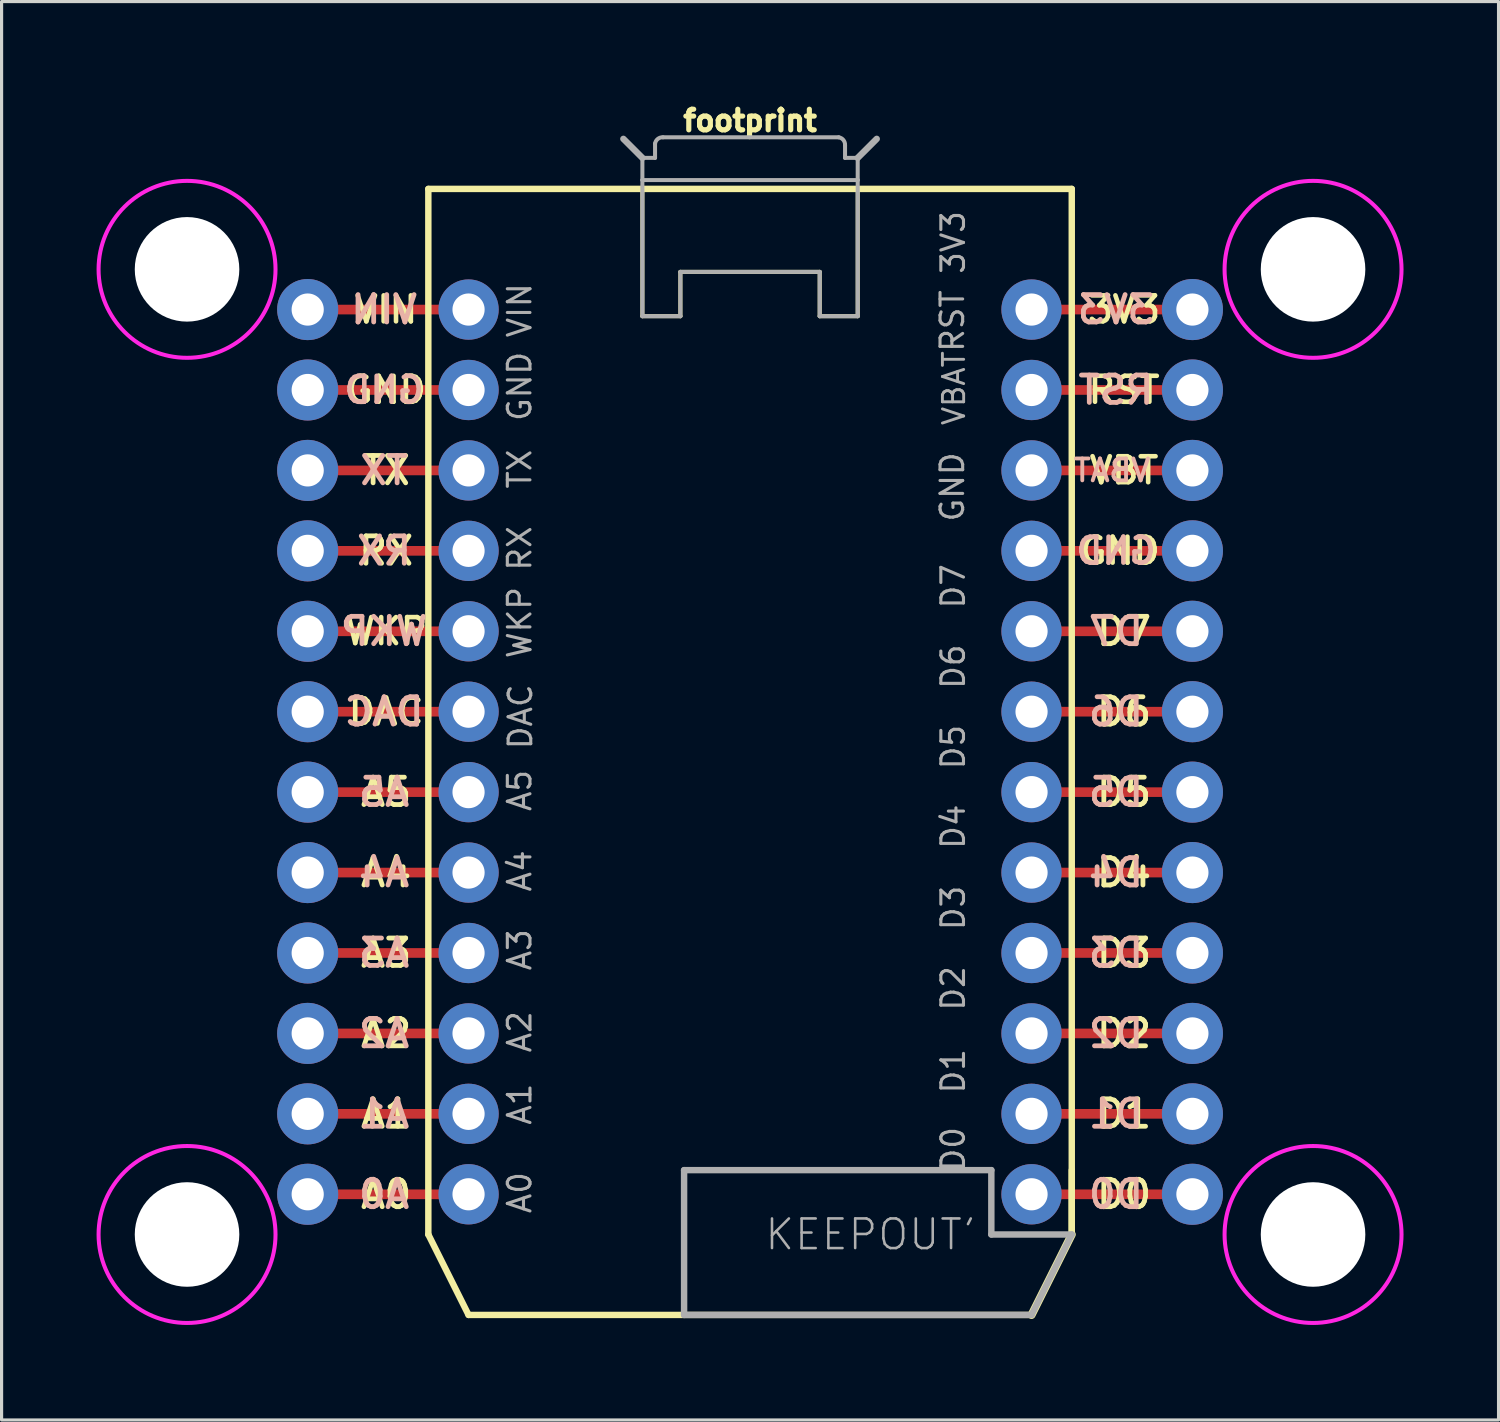
<source format=kicad_pcb>
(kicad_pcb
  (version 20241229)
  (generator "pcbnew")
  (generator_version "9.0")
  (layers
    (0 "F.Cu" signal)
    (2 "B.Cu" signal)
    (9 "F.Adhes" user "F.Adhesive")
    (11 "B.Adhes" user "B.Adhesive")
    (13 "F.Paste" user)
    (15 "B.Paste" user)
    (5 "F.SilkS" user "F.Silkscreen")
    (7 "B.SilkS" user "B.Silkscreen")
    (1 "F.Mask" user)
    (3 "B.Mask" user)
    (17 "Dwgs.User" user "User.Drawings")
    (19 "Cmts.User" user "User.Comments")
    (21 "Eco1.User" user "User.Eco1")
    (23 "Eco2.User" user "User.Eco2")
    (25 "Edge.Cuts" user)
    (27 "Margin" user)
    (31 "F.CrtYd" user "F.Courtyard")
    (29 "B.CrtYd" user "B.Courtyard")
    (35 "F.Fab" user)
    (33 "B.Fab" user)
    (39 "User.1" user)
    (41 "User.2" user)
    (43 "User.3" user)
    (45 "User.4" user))
  (footprint "footprint"
    (layer "F.Cu")
    (at 20.637 20.696)
    (property "Reference" "footprint" (at 0 -19.558 0) (layer "F.SilkS") (effects (font (size 0.65 0.65) (thickness 0.163)) (justify bottom)))
    (fp_line (start -13.97 -13.97) (end -8.89 -13.97) (stroke (width 0.305) (type solid)) (layer "F.Cu"))
    (fp_line (start -13.97 -8.89) (end -8.89 -8.89) (stroke (width 0.305) (type solid)) (layer "F.Cu"))
    (fp_line (start -13.97 -6.35) (end -8.89 -6.35) (stroke (width 0.305) (type solid)) (layer "F.Cu"))
    (fp_line (start -13.97 -3.81) (end -8.89 -3.81) (stroke (width 0.305) (type solid)) (layer "F.Cu"))
    (fp_line (start -13.97 -1.27) (end -8.89 -1.27) (stroke (width 0.305) (type solid)) (layer "F.Cu"))
    (fp_line (start -13.97 1.27) (end -8.89 1.27) (stroke (width 0.305) (type solid)) (layer "F.Cu"))
    (fp_line (start -13.97 3.81) (end -8.89 3.81) (stroke (width 0.305) (type solid)) (layer "F.Cu"))
    (fp_line (start -13.97 6.35) (end -8.89 6.35) (stroke (width 0.305) (type solid)) (layer "F.Cu"))
    (fp_line (start -13.97 8.89) (end -8.89 8.89) (stroke (width 0.305) (type solid)) (layer "F.Cu"))
    (fp_line (start -13.97 11.43) (end -8.89 11.43) (stroke (width 0.305) (type solid)) (layer "F.Cu"))
    (fp_line (start -13.97 13.97) (end -8.89 13.97) (stroke (width 0.305) (type solid)) (layer "F.Cu"))
    (fp_line (start -8.89 -11.43) (end -13.97 -11.43) (stroke (width 0.305) (type solid)) (layer "F.Cu"))
    (fp_line (start 8.89 -13.97) (end 13.97 -13.97) (stroke (width 0.305) (type solid)) (layer "F.Cu"))
    (fp_line (start 8.89 -11.43) (end 13.97 -11.43) (stroke (width 0.305) (type solid)) (layer "F.Cu"))
    (fp_line (start 8.89 -8.89) (end 13.97 -8.89) (stroke (width 0.305) (type solid)) (layer "F.Cu"))
    (fp_line (start 8.89 -6.35) (end 13.97 -6.35) (stroke (width 0.305) (type solid)) (layer "F.Cu"))
    (fp_line (start 8.89 -3.81) (end 13.97 -3.81) (stroke (width 0.305) (type solid)) (layer "F.Cu"))
    (fp_line (start 8.89 -1.27) (end 13.97 -1.27) (stroke (width 0.305) (type solid)) (layer "F.Cu"))
    (fp_line (start 8.89 1.27) (end 13.97 1.27) (stroke (width 0.305) (type solid)) (layer "F.Cu"))
    (fp_line (start 8.89 3.81) (end 13.97 3.81) (stroke (width 0.305) (type solid)) (layer "F.Cu"))
    (fp_line (start 8.89 6.35) (end 13.97 6.35) (stroke (width 0.305) (type solid)) (layer "F.Cu"))
    (fp_line (start 8.89 8.89) (end 13.97 8.89) (stroke (width 0.305) (type solid)) (layer "F.Cu"))
    (fp_line (start 8.89 11.43) (end 13.97 11.43) (stroke (width 0.305) (type solid)) (layer "F.Cu"))
    (fp_line (start 8.89 13.97) (end 13.97 13.97) (stroke (width 0.305) (type solid)) (layer "F.Cu"))
    (fp_line (start -10.16 -17.78) (end -3.4 -17.78) (stroke (width 0.203) (type solid)) (layer "F.SilkS"))
    (fp_line (start -10.16 15.24) (end -10.16 -17.78) (stroke (width 0.203) (type solid)) (layer "F.SilkS"))
    (fp_line (start -8.89 17.78) (end -10.16 15.24) (stroke (width 0.203) (type solid)) (layer "F.SilkS"))
    (fp_line (start -3.4 -17.78) (end 3.4 -17.78) (stroke (width 0.203) (type solid)) (layer "F.SilkS"))
    (fp_line (start -3.4 -13.76) (end -3.4 -17.78) (stroke (width 0.127) (type solid)) (layer "F.SilkS"))
    (fp_line (start -3.4 -13.76) (end -2.2 -13.76) (stroke (width 0.127) (type solid)) (layer "F.SilkS"))
    (fp_line (start -2.2 -15.16) (end -2.2 -13.76) (stroke (width 0.127) (type solid)) (layer "F.SilkS"))
    (fp_line (start 2.2 -15.16) (end -2.2 -15.16) (stroke (width 0.127) (type solid)) (layer "F.SilkS"))
    (fp_line (start 2.2 -15.16) (end 2.2 -13.76) (stroke (width 0.127) (type solid)) (layer "F.SilkS"))
    (fp_line (start 3.4 -17.78) (end 3.4 -13.76) (stroke (width 0.127) (type solid)) (layer "F.SilkS"))
    (fp_line (start 3.4 -17.78) (end 10.16 -17.78) (stroke (width 0.203) (type solid)) (layer "F.SilkS"))
    (fp_line (start 3.4 -13.76) (end 2.2 -13.76) (stroke (width 0.127) (type solid)) (layer "F.SilkS"))
    (fp_line (start 8.89 17.78) (end -8.89 17.78) (stroke (width 0.203) (type solid)) (layer "F.SilkS"))
    (fp_line (start 10.16 -17.78) (end 10.16 15.24) (stroke (width 0.203) (type solid)) (layer "F.SilkS"))
    (fp_line (start 10.16 13.208) (end 10.16 15.24) (stroke (width 0.203) (type solid)) (layer "F.SilkS"))
    (fp_line (start 10.16 15.24) (end 8.89 17.78) (stroke (width 0.254) (type solid)) (layer "F.SilkS"))
    (fp_circle (center -17.78 -15.24) (end -14.986 -15.24) (stroke (width 0.127) (type solid)) (fill no) (layer "F.CrtYd"))
    (fp_circle (center -17.78 15.24) (end -14.986 15.24) (stroke (width 0.127) (type solid)) (fill no) (layer "F.CrtYd"))
    (fp_circle (center 17.78 -15.24) (end 20.574 -15.24) (stroke (width 0.127) (type solid)) (fill no) (layer "F.CrtYd"))
    (fp_circle (center 17.78 15.24) (end 20.574 15.24) (stroke (width 0.127) (type solid)) (fill no) (layer "F.CrtYd"))
    (fp_line (start -3.4 -18.76) (end -4 -19.36) (stroke (width 0.203) (type solid)) (layer "F.Fab"))
    (fp_line (start -3.4 -18.06) (end -3.4 -18.76) (stroke (width 0.127) (type solid)) (layer "F.Fab"))
    (fp_line (start -3.4 -13.76) (end -3.4 -18.06) (stroke (width 0.127) (type solid)) (layer "F.Fab"))
    (fp_line (start -3.4 -13.76) (end -2.2 -13.76) (stroke (width 0.127) (type solid)) (layer "F.Fab"))
    (fp_line (start -3 -19.21) (end -3 -18.76) (stroke (width 0.127) (type solid)) (layer "F.Fab"))
    (fp_line (start -3 -18.76) (end -3.4 -18.76) (stroke (width 0.127) (type solid)) (layer "F.Fab"))
    (fp_line (start -2.2 -15.16) (end -2.2 -13.76) (stroke (width 0.127) (type solid)) (layer "F.Fab"))
    (fp_line (start -2.083 13.208) (end -2.083 17.78) (stroke (width 0.203) (type solid)) (layer "F.Fab"))
    (fp_line (start -2.083 17.78) (end 8.89 17.78) (stroke (width 0.203) (type solid)) (layer "F.Fab"))
    (fp_line (start 2.2 -15.16) (end -2.2 -15.16) (stroke (width 0.127) (type solid)) (layer "F.Fab"))
    (fp_line (start 2.2 -15.16) (end 2.2 -13.76) (stroke (width 0.127) (type solid)) (layer "F.Fab"))
    (fp_line (start 2.8 -19.41) (end -2.75 -19.41) (stroke (width 0.127) (type solid)) (layer "F.Fab"))
    (fp_line (start 3 -18.76) (end 3 -19.16) (stroke (width 0.127) (type solid)) (layer "F.Fab"))
    (fp_line (start 3.4 -18.76) (end 3 -18.76) (stroke (width 0.127) (type solid)) (layer "F.Fab"))
    (fp_line (start 3.4 -18.76) (end 3.4 -18.06) (stroke (width 0.127) (type solid)) (layer "F.Fab"))
    (fp_line (start 3.4 -18.76) (end 4 -19.36) (stroke (width 0.203) (type solid)) (layer "F.Fab"))
    (fp_line (start 3.4 -18.06) (end -3.4 -18.06) (stroke (width 0.127) (type solid)) (layer "F.Fab"))
    (fp_line (start 3.4 -18.06) (end 3.4 -13.76) (stroke (width 0.127) (type solid)) (layer "F.Fab"))
    (fp_line (start 3.4 -13.76) (end 2.2 -13.76) (stroke (width 0.127) (type solid)) (layer "F.Fab"))
    (fp_line (start 7.62 13.208) (end -2.083 13.208) (stroke (width 0.203) (type solid)) (layer "F.Fab"))
    (fp_line (start 7.62 15.24) (end 7.62 13.208) (stroke (width 0.203) (type solid)) (layer "F.Fab"))
    (fp_line (start 10.16 15.24) (end 7.62 15.24) (stroke (width 0.203) (type solid)) (layer "F.Fab"))
    (fp_line (start 10.16 15.24) (end 8.89 17.78) (stroke (width 0.203) (type solid)) (layer "F.Fab"))
    (fp_arc (start -3 -19.209998) (mid -2.913661 -19.358325) (end -2.75 -19.41) (stroke (width 0.127) (type solid)) (layer "F.Fab"))
    (fp_arc (start 2.799998 -19.41) (mid 2.948325 -19.323661) (end 3 -19.16) (stroke (width 0.127) (type solid)) (layer "F.Fab"))
    (fp_text user "D3" (at 11.811 6.35 0) (layer "F.SilkS") (effects (font (size 0.864 0.864) (thickness 0.152))))
    (fp_text user "GND" (at -11.493 -11.43 0) (layer "F.SilkS") (effects (font (size 0.82 0.82) (thickness 0.145))))
    (fp_text user "RX" (at -11.493 -6.35 0) (layer "F.SilkS") (effects (font (size 0.864 0.864) (thickness 0.152))))
    (fp_text user "A5" (at -11.493 1.27 0) (layer "F.SilkS") (effects (font (size 0.864 0.864) (thickness 0.152))))
    (fp_text user "D4" (at 11.811 3.81 0) (layer "F.SilkS") (effects (font (size 0.864 0.864) (thickness 0.152))))
    (fp_text user "A0" (at -11.493 13.97 0) (layer "F.SilkS") (effects (font (size 0.864 0.864) (thickness 0.152))))
    (fp_text user "D0" (at 11.811 13.97 0) (layer "F.SilkS") (effects (font (size 0.864 0.864) (thickness 0.152))))
    (fp_text user "A4" (at -11.493 3.81 0) (layer "F.SilkS") (effects (font (size 0.864 0.864) (thickness 0.152))))
    (fp_text user "D7" (at 11.811 -3.81 0) (layer "F.SilkS") (effects (font (size 0.864 0.864) (thickness 0.152))))
    (fp_text user "3V3" (at 11.811 -13.97 0) (layer "F.SilkS") (effects (font (size 0.82 0.82) (thickness 0.145))))
    (fp_text user "D5" (at 11.811 1.27 0) (layer "F.SilkS") (effects (font (size 0.864 0.864) (thickness 0.152))))
    (fp_text user "A3" (at -11.493 6.35 0) (layer "F.SilkS") (effects (font (size 0.864 0.864) (thickness 0.152))))
    (fp_text user "A1" (at -11.493 11.43 0) (layer "F.SilkS") (effects (font (size 0.864 0.864) (thickness 0.152))))
    (fp_text user "DAC" (at -11.493 -1.27 0) (layer "F.SilkS") (effects (font (size 0.82 0.82) (thickness 0.145))))
    (fp_text user "VIN" (at -11.493 -13.97 0) (layer "F.SilkS") (effects (font (size 0.82 0.82) (thickness 0.145))))
    (fp_text user "VBT" (at 11.811 -8.89 0) (layer "F.SilkS") (effects (font (size 0.82 0.82) (thickness 0.145))))
    (fp_text user "D2" (at 11.811 8.89 0) (layer "F.SilkS") (effects (font (size 0.864 0.864) (thickness 0.152))))
    (fp_text user "WKP" (at -11.493 -3.81 0) (layer "F.SilkS") (effects (font (size 0.82 0.82) (thickness 0.145))))
    (fp_text user "D6" (at 11.811 -1.27 0) (layer "F.SilkS") (effects (font (size 0.864 0.864) (thickness 0.152))))
    (fp_text user "A2" (at -11.493 8.89 0) (layer "F.SilkS") (effects (font (size 0.864 0.864) (thickness 0.152))))
    (fp_text user "RST" (at 11.811 -11.43 0) (layer "F.SilkS") (effects (font (size 0.82 0.82) (thickness 0.145))))
    (fp_text user "D1" (at 11.811 11.43 0) (layer "F.SilkS") (effects (font (size 0.864 0.864) (thickness 0.152))))
    (fp_text user "TX" (at -11.493 -8.89 0) (layer "F.SilkS") (effects (font (size 0.864 0.864) (thickness 0.152))))
    (fp_text user "GND" (at 11.684 -6.35 0) (layer "F.SilkS") (effects (font (size 0.82 0.82) (thickness 0.145))))
    (fp_text user "D5" (at 11.557 1.27 0) (layer "B.SilkS") (effects (font (size 0.864 0.864) (thickness 0.152)) (justify mirror)))
    (fp_text user "D1" (at 11.557 11.43 0) (layer "B.SilkS") (effects (font (size 0.864 0.864) (thickness 0.152)) (justify mirror)))
    (fp_text user "D0" (at 11.557 13.97 0) (layer "B.SilkS") (effects (font (size 0.864 0.864) (thickness 0.152)) (justify mirror)))
    (fp_text user "D7" (at 11.557 -3.81 0) (layer "B.SilkS") (effects (font (size 0.864 0.864) (thickness 0.152)) (justify mirror)))
    (fp_text user "GND" (at 11.557 -6.35 0) (layer "B.SilkS") (effects (font (size 0.82 0.82) (thickness 0.145)) (justify mirror)))
    (fp_text user "A3" (at -11.557 6.35 0) (layer "B.SilkS") (effects (font (size 0.864 0.864) (thickness 0.152)) (justify mirror)))
    (fp_text user "RX" (at -11.557 -6.35 0) (layer "B.SilkS") (effects (font (size 0.864 0.864) (thickness 0.152)) (justify mirror)))
    (fp_text user "D2" (at 11.557 8.89 0) (layer "B.SilkS") (effects (font (size 0.864 0.864) (thickness 0.152)) (justify mirror)))
    (fp_text user "RST" (at 11.557 -11.43 0) (layer "B.SilkS") (effects (font (size 0.864 0.864) (thickness 0.152)) (justify mirror)))
    (fp_text user "A5" (at -11.557 1.27 0) (layer "B.SilkS") (effects (font (size 0.864 0.864) (thickness 0.152)) (justify mirror)))
    (fp_text user "3V3" (at 11.557 -13.97 0) (layer "B.SilkS") (effects (font (size 0.864 0.864) (thickness 0.152)) (justify mirror)))
    (fp_text user "WKP" (at -11.557 -3.81 0) (layer "B.SilkS") (effects (font (size 0.864 0.864) (thickness 0.152)) (justify mirror)))
    (fp_text user "D6" (at 11.557 -1.27 0) (layer "B.SilkS") (effects (font (size 0.864 0.864) (thickness 0.152)) (justify mirror)))
    (fp_text user "A2" (at -11.557 8.89 0) (layer "B.SilkS") (effects (font (size 0.864 0.864) (thickness 0.152)) (justify mirror)))
    (fp_text user "D3" (at 11.557 6.35 0) (layer "B.SilkS") (effects (font (size 0.864 0.864) (thickness 0.152)) (justify mirror)))
    (fp_text user "GND" (at -11.557 -11.43 0) (layer "B.SilkS") (effects (font (size 0.82 0.82) (thickness 0.145)) (justify mirror)))
    (fp_text user "VIN" (at -11.557 -13.97 0) (layer "B.SilkS") (effects (font (size 0.864 0.864) (thickness 0.152)) (justify mirror)))
    (fp_text user "A4" (at -11.557 3.81 0) (layer "B.SilkS") (effects (font (size 0.864 0.864) (thickness 0.152)) (justify mirror)))
    (fp_text user "TX" (at -11.557 -8.89 0) (layer "B.SilkS") (effects (font (size 0.864 0.864) (thickness 0.152)) (justify mirror)))
    (fp_text user "A1" (at -11.557 11.43 0) (layer "B.SilkS") (effects (font (size 0.864 0.864) (thickness 0.152)) (justify mirror)))
    (fp_text user "D4" (at 11.557 3.81 0) (layer "B.SilkS") (effects (font (size 0.864 0.864) (thickness 0.152)) (justify mirror)))
    (fp_text user "A0" (at -11.557 13.97 0) (layer "B.SilkS") (effects (font (size 0.864 0.864) (thickness 0.152)) (justify mirror)))
    (fp_text user "VBAT" (at 11.43 -8.89 0) (layer "B.SilkS") (effects (font (size 0.691 0.691) (thickness 0.122)) (justify mirror)))
    (fp_text user "DAC" (at -11.557 -1.27 0) (layer "B.SilkS") (effects (font (size 0.864 0.864) (thickness 0.152)) (justify mirror)))
    (fp_text user "RST" (at 6.807 -12.573 270) (layer "F.Fab") (effects (font (size 0.715 0.715) (thickness 0.098)) (justify left bottom)))
    (fp_text user "KEEPOUT'" (at 3.81 15.24 0) (layer "F.Fab") (effects (font (size 0.935 0.935) (thickness 0.081))))
    (fp_text user "D0" (at 6.833 13.31 270) (layer "F.Fab") (effects (font (size 0.715 0.715) (thickness 0.098)) (justify left bottom)))
    (fp_text user "GND" (at 6.807 -7.214 270) (layer "F.Fab") (effects (font (size 0.715 0.715) (thickness 0.098)) (justify left bottom)))
    (fp_text user "DAC" (at -6.833 -0.025 90) (layer "F.Fab") (effects (font (size 0.715 0.715) (thickness 0.098)) (justify left bottom)))
    (fp_text user "D2" (at 6.833 8.23 270) (layer "F.Fab") (effects (font (size 0.715 0.715) (thickness 0.098)) (justify left bottom)))
    (fp_text user "D4" (at 6.833 3.124 270) (layer "F.Fab") (effects (font (size 0.715 0.715) (thickness 0.098)) (justify left bottom)))
    (fp_text user "A2" (at -6.858 9.55 90) (layer "F.Fab") (effects (font (size 0.715 0.715) (thickness 0.098)) (justify left bottom)))
    (fp_text user "VBAT" (at 6.833 -10.262 270) (layer "F.Fab") (effects (font (size 0.671 0.671) (thickness 0.091)) (justify left bottom)))
    (fp_text user "D7" (at 6.833 -4.47 270) (layer "F.Fab") (effects (font (size 0.715 0.715) (thickness 0.098)) (justify left bottom)))
    (fp_text user "D1" (at 6.833 10.846 270) (layer "F.Fab") (effects (font (size 0.715 0.715) (thickness 0.098)) (justify left bottom)))
    (fp_text user "A3" (at -6.858 6.96 90) (layer "F.Fab") (effects (font (size 0.715 0.715) (thickness 0.098)) (justify left bottom)))
    (fp_text user "A5" (at -6.858 1.93 90) (layer "F.Fab") (effects (font (size 0.715 0.715) (thickness 0.098)) (justify left bottom)))
    (fp_text user "3V3" (at 6.833 -15.037 270) (layer "F.Fab") (effects (font (size 0.715 0.715) (thickness 0.098)) (justify left bottom)))
    (fp_text user "A4" (at -6.858 4.47 90) (layer "F.Fab") (effects (font (size 0.715 0.715) (thickness 0.098)) (justify left bottom)))
    (fp_text user "WKP" (at -6.858 -2.896 90) (layer "F.Fab") (effects (font (size 0.715 0.715) (thickness 0.098)) (justify left bottom)))
    (fp_text user "TX" (at -6.858 -8.255 90) (layer "F.Fab") (effects (font (size 0.715 0.715) (thickness 0.098)) (justify left bottom)))
    (fp_text user "GND" (at -6.858 -10.389 90) (layer "F.Fab") (effects (font (size 0.715 0.715) (thickness 0.098)) (justify left bottom)))
    (fp_text user "D3" (at 6.833 5.69 270) (layer "F.Fab") (effects (font (size 0.715 0.715) (thickness 0.098)) (justify left bottom)))
    (fp_text user "A1" (at -6.858 11.836 90) (layer "F.Fab") (effects (font (size 0.715 0.715) (thickness 0.098)) (justify left bottom)))
    (fp_text user "VIN" (at -6.858 -13.03 90) (layer "F.Fab") (effects (font (size 0.715 0.715) (thickness 0.098)) (justify left bottom)))
    (fp_text user "RX" (at -6.858 -5.664 90) (layer "F.Fab") (effects (font (size 0.715 0.715) (thickness 0.098)) (justify left bottom)))
    (fp_text user "D5" (at 6.833 0.61 270) (layer "F.Fab") (effects (font (size 0.715 0.715) (thickness 0.098)) (justify left bottom)))
    (fp_text user "D6" (at 6.833 -1.93 270) (layer "F.Fab") (effects (font (size 0.715 0.715) (thickness 0.098)) (justify left bottom)))
    (fp_text user "A0" (at -6.858 14.63 90) (layer "F.Fab") (effects (font (size 0.715 0.715) (thickness 0.098)) (justify left bottom)))
    (pad "" np_thru_hole circle (at -17.78 -15.24) (size 3.302 3.302) (drill 3.302) (layers "*.Cu" "*.Mask"))
    (pad "" np_thru_hole circle (at -17.78 15.24) (size 3.302 3.302) (drill 3.302) (layers "*.Cu" "*.Mask"))
    (pad "" np_thru_hole circle (at 17.78 -15.24) (size 3.302 3.302) (drill 3.302) (layers "*.Cu" "*.Mask"))
    (pad "" np_thru_hole circle (at 17.78 15.24) (size 3.302 3.302) (drill 3.302) (layers "*.Cu" "*.Mask"))
    (pad "1" thru_hole circle (at -8.89 -13.97) (size 1.905 1.905) (drill 1.016) (layers "*.Cu" "*.Mask"))
    (pad "2" thru_hole circle (at -8.89 -11.43) (size 1.905 1.905) (drill 1.016) (layers "*.Cu" "*.Mask"))
    (pad "3" thru_hole circle (at -8.89 -8.89) (size 1.905 1.905) (drill 1.016) (layers "*.Cu" "*.Mask"))
    (pad "3V3" thru_hole circle (at 13.97 -13.97 0.1) (size 1.93 1.93) (drill 1.016) (layers "*.Cu" "*.Mask"))
    (pad "4" thru_hole circle (at -8.89 -6.35) (size 1.905 1.905) (drill 1.016) (layers "*.Cu" "*.Mask"))
    (pad "5" thru_hole circle (at -8.89 -3.81) (size 1.905 1.905) (drill 1.016) (layers "*.Cu" "*.Mask"))
    (pad "6" thru_hole circle (at -8.89 -1.27) (size 1.905 1.905) (drill 1.016) (layers "*.Cu" "*.Mask"))
    (pad "7" thru_hole circle (at -8.89 1.27) (size 1.905 1.905) (drill 1.016) (layers "*.Cu" "*.Mask"))
    (pad "8" thru_hole circle (at -8.89 3.81) (size 1.905 1.905) (drill 1.016) (layers "*.Cu" "*.Mask"))
    (pad "9" thru_hole circle (at -8.89 6.35) (size 1.905 1.905) (drill 1.016) (layers "*.Cu" "*.Mask"))
    (pad "10" thru_hole circle (at -8.89 8.89) (size 1.905 1.905) (drill 1.016) (layers "*.Cu" "*.Mask"))
    (pad "11" thru_hole circle (at -8.89 11.43) (size 1.905 1.905) (drill 1.016) (layers "*.Cu" "*.Mask"))
    (pad "12" thru_hole circle (at -8.89 13.97) (size 1.905 1.905) (drill 1.016) (layers "*.Cu" "*.Mask"))
    (pad "13" thru_hole circle (at 8.89 13.97) (size 1.905 1.905) (drill 1.016) (layers "*.Cu" "*.Mask"))
    (pad "14" thru_hole circle (at 8.89 11.43) (size 1.905 1.905) (drill 1.016) (layers "*.Cu" "*.Mask"))
    (pad "15" thru_hole circle (at 8.89 8.89) (size 1.905 1.905) (drill 1.016) (layers "*.Cu" "*.Mask"))
    (pad "16" thru_hole circle (at 8.89 6.35) (size 1.905 1.905) (drill 1.016) (layers "*.Cu" "*.Mask"))
    (pad "17" thru_hole circle (at 8.89 3.81) (size 1.905 1.905) (drill 1.016) (layers "*.Cu" "*.Mask"))
    (pad "18" thru_hole circle (at 8.89 1.27) (size 1.905 1.905) (drill 1.016) (layers "*.Cu" "*.Mask"))
    (pad "19" thru_hole circle (at 8.89 -1.27) (size 1.905 1.905) (drill 1.016) (layers "*.Cu" "*.Mask"))
    (pad "20" thru_hole circle (at 8.89 -3.81) (size 1.905 1.905) (drill 1.016) (layers "*.Cu" "*.Mask"))
    (pad "21" thru_hole circle (at 8.89 -6.35) (size 1.905 1.905) (drill 1.016) (layers "*.Cu" "*.Mask"))
    (pad "22" thru_hole circle (at 8.89 -8.89) (size 1.905 1.905) (drill 1.016) (layers "*.Cu" "*.Mask"))
    (pad "23" thru_hole circle (at 8.89 -11.43) (size 1.905 1.905) (drill 1.016) (layers "*.Cu" "*.Mask"))
    (pad "24" thru_hole circle (at 8.89 -13.97) (size 1.905 1.905) (drill 1.016) (layers "*.Cu" "*.Mask"))
    (pad "A0" thru_hole circle (at -13.97 13.97 0.1) (size 1.93 1.93) (drill 1.016) (layers "*.Cu" "*.Mask"))
    (pad "A1" thru_hole circle (at -13.97 11.43 0.1) (size 1.93 1.93) (drill 1.016) (layers "*.Cu" "*.Mask"))
    (pad "A2" thru_hole circle (at -13.97 8.89 0.1) (size 1.93 1.93) (drill 1.016) (layers "*.Cu" "*.Mask"))
    (pad "A3" thru_hole circle (at -13.97 6.35 0.1) (size 1.93 1.93) (drill 1.016) (layers "*.Cu" "*.Mask"))
    (pad "A4" thru_hole circle (at -13.97 3.81 0.1) (size 1.93 1.93) (drill 1.016) (layers "*.Cu" "*.Mask"))
    (pad "A5" thru_hole circle (at -13.97 1.27 0.1) (size 1.93 1.93) (drill 1.016) (layers "*.Cu" "*.Mask"))
    (pad "D0" thru_hole circle (at 13.97 13.97 0.1) (size 1.93 1.93) (drill 1.016) (layers "*.Cu" "*.Mask"))
    (pad "D1" thru_hole circle (at 13.97 11.43 0.1) (size 1.93 1.93) (drill 1.016) (layers "*.Cu" "*.Mask"))
    (pad "D2" thru_hole circle (at 13.97 8.89 0.1) (size 1.93 1.93) (drill 1.016) (layers "*.Cu" "*.Mask"))
    (pad "D3" thru_hole circle (at 13.97 6.35 0.1) (size 1.93 1.93) (drill 1.016) (layers "*.Cu" "*.Mask"))
    (pad "D4" thru_hole circle (at 13.97 3.81 0.1) (size 1.93 1.93) (drill 1.016) (layers "*.Cu" "*.Mask"))
    (pad "D5" thru_hole circle (at 13.97 1.27 0.1) (size 1.93 1.93) (drill 1.016) (layers "*.Cu" "*.Mask"))
    (pad "D6" thru_hole circle (at 13.97 -1.27 0.1) (size 1.93 1.93) (drill 1.016) (layers "*.Cu" "*.Mask"))
    (pad "D7" thru_hole circle (at 13.97 -3.81 0.1) (size 1.93 1.93) (drill 1.016) (layers "*.Cu" "*.Mask"))
    (pad "DAC" thru_hole circle (at -13.97 -1.27 0.1) (size 1.93 1.93) (drill 1.016) (layers "*.Cu" "*.Mask"))
    (pad "GND@0" thru_hole circle (at -13.97 -11.43 0.1) (size 1.93 1.93) (drill 1.016) (layers "*.Cu" "*.Mask"))
    (pad "GND@2" thru_hole circle (at 13.97 -6.35 0.1) (size 1.93 1.93) (drill 1.016) (layers "*.Cu" "*.Mask"))
    (pad "RST" thru_hole circle (at 13.97 -11.43 0.1) (size 1.93 1.93) (drill 1.016) (layers "*.Cu" "*.Mask"))
    (pad "RX" thru_hole circle (at -13.97 -6.35 0.1) (size 1.93 1.93) (drill 1.016) (layers "*.Cu" "*.Mask"))
    (pad "TX" thru_hole circle (at -13.97 -8.89 0.1) (size 1.93 1.93) (drill 1.016) (layers "*.Cu" "*.Mask"))
    (pad "VBAT" thru_hole circle (at 13.97 -8.89 0.1) (size 1.93 1.93) (drill 1.016) (layers "*.Cu" "*.Mask"))
    (pad "VIN" thru_hole circle (at -13.97 -13.97 0.1) (size 1.93 1.93) (drill 1.016) (layers "*.Cu" "*.Mask"))
    (pad "WKP" thru_hole circle (at -13.97 -3.81 0.1) (size 1.93 1.93) (drill 1.016) (layers "*.Cu" "*.Mask"))
    (zone (net_name "") (layer "F.Cu") (hatch edge 0.508) (connect_pads) (min_thickness 0.254) (filled_areas_thickness no) (keepout (tracks not_allowed) (vias not_allowed) (pads not_allowed) (copperpour not_allowed) (footprints allowed)) (placement (enabled no)) (fill) (polygon (pts (xy 29.527 38.476) (xy 30.797 35.936) (xy 28.258 35.936) (xy 28.258 33.904) (xy 18.555 33.904) (xy 18.555 38.476))))
    (zone (net_name "") (layer "B.Cu") (hatch edge 0.508) (connect_pads) (min_thickness 0.254) (filled_areas_thickness no) (keepout (tracks not_allowed) (vias not_allowed) (pads not_allowed) (copperpour not_allowed) (footprints allowed)) (placement (enabled no)) (fill) (polygon (pts (xy 29.527 38.476) (xy 30.797 35.936) (xy 28.258 35.936) (xy 28.258 33.904) (xy 18.555 33.904) (xy 18.555 38.476)))))
  (gr_rect
    (start -3 -3)
    (end 44.275 41.793)
    (stroke (width 0.1) (type default))
    (fill no)
    (layer "Edge.Cuts")))
</source>
